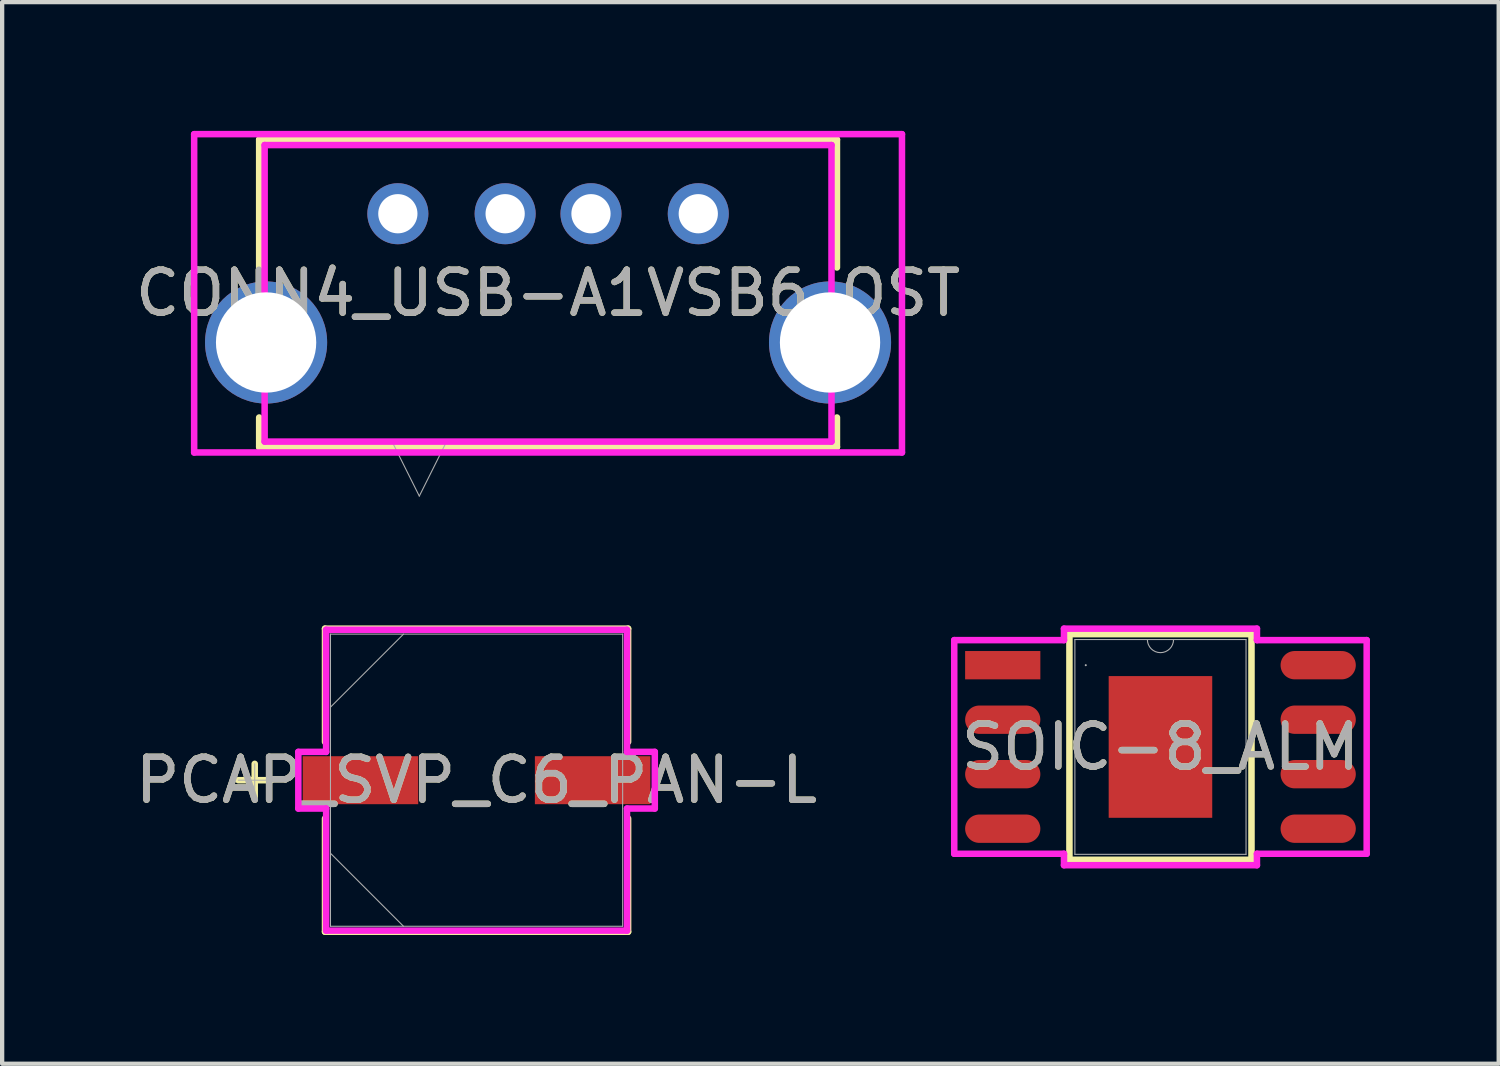
<source format=kicad_pcb>
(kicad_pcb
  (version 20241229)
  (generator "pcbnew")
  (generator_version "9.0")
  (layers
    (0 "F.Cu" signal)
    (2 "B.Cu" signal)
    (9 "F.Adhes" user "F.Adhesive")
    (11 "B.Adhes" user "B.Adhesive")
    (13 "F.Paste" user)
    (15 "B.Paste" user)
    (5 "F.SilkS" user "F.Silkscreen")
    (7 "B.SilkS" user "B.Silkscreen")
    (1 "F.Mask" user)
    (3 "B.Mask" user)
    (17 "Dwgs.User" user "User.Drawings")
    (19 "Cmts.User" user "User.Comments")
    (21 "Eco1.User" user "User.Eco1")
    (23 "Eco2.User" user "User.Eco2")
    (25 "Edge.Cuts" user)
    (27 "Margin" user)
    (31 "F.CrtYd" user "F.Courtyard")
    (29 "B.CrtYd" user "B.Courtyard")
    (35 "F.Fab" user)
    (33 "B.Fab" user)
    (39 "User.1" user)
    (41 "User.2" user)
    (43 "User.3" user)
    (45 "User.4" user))
  (footprint "SOIC-8_ALM"
    (layer "F.Cu")
    (at 23.989 14.354)
    (property "Reference" "SOIC-8_ALM" (at 0 0 0) (unlocked yes) (layer "F.SilkS") (effects (font (size 1 1) (thickness 0.15))))
    (attr smd)
    (fp_line (start -2.121 -2.629) (end -2.121 2.629) (stroke (width 0.152) (type solid)) (layer "F.SilkS"))
    (fp_line (start -2.121 2.629) (end 2.121 2.629) (stroke (width 0.152) (type solid)) (layer "F.SilkS"))
    (fp_line (start 2.121 -2.629) (end -2.121 -2.629) (stroke (width 0.152) (type solid)) (layer "F.SilkS"))
    (fp_line (start 2.121 2.629) (end 2.121 -2.629) (stroke (width 0.152) (type solid)) (layer "F.SilkS"))
    (fp_poly (pts (xy -1.107 -1.551) (xy -1.107 -0.1) (xy 1.107 -0.1) (xy 1.107 -1.551)) (stroke (width 0) (type solid)) (fill yes) (layer "F.Paste"))
    (fp_poly (pts (xy -1.107 0.1) (xy -1.107 1.551) (xy 1.107 1.551) (xy 1.107 0.1)) (stroke (width 0) (type solid)) (fill yes) (layer "F.Paste"))
    (fp_line (start -4.805 -2.489) (end -2.248 -2.489) (stroke (width 0.152) (type solid)) (layer "F.CrtYd"))
    (fp_line (start -4.805 2.489) (end -4.805 -2.489) (stroke (width 0.152) (type solid)) (layer "F.CrtYd"))
    (fp_line (start -4.805 2.489) (end -2.248 2.489) (stroke (width 0.152) (type solid)) (layer "F.CrtYd"))
    (fp_line (start -2.248 -2.756) (end 2.248 -2.756) (stroke (width 0.152) (type solid)) (layer "F.CrtYd"))
    (fp_line (start -2.248 -2.489) (end -2.248 -2.756) (stroke (width 0.152) (type solid)) (layer "F.CrtYd"))
    (fp_line (start -2.248 2.756) (end -2.248 2.489) (stroke (width 0.152) (type solid)) (layer "F.CrtYd"))
    (fp_line (start 2.248 -2.756) (end 2.248 -2.489) (stroke (width 0.152) (type solid)) (layer "F.CrtYd"))
    (fp_line (start 2.248 2.489) (end 2.248 2.756) (stroke (width 0.152) (type solid)) (layer "F.CrtYd"))
    (fp_line (start 2.248 2.756) (end -2.248 2.756) (stroke (width 0.152) (type solid)) (layer "F.CrtYd"))
    (fp_line (start 4.805 -2.489) (end 2.248 -2.489) (stroke (width 0.152) (type solid)) (layer "F.CrtYd"))
    (fp_line (start 4.805 -2.489) (end 4.805 2.489) (stroke (width 0.152) (type solid)) (layer "F.CrtYd"))
    (fp_line (start 4.805 2.489) (end 2.248 2.489) (stroke (width 0.152) (type solid)) (layer "F.CrtYd"))
    (fp_line (start -1.994 -2.502) (end -1.994 2.502) (stroke (width 0.025) (type solid)) (layer "F.Fab"))
    (fp_line (start -1.994 2.502) (end 1.994 2.502) (stroke (width 0.025) (type solid)) (layer "F.Fab"))
    (fp_line (start 1.994 -2.502) (end -1.994 -2.502) (stroke (width 0.025) (type solid)) (layer "F.Fab"))
    (fp_line (start 1.994 2.502) (end 1.994 -2.502) (stroke (width 0.025) (type solid)) (layer "F.Fab"))
    (fp_arc (start 0.3048 -2.5019) (mid 0 -2.1971) (end -0.3048 -2.5019) (stroke (width 0.0254) (type solid)) (layer "F.Fab"))
    (fp_circle (center -1.74 -1.905) (end -1.74 -1.905) (stroke (width 0.025) (type solid)) (fill no) (layer "F.Fab"))
    (fp_text user "${REFERENCE}" (at 0 0 0) (unlocked yes) (layer "F.Fab") (effects (font (size 1 1) (thickness 0.15))))
    (pad "1" smd rect (at -3.675 -1.905) (size 1.753 0.66) (layers "F.Cu" "F.Mask" "F.Paste"))
    (pad "2" smd oval (at -3.675 -0.635) (size 1.753 0.66) (layers "F.Cu" "F.Mask" "F.Paste"))
    (pad "3" smd oval (at -3.675 0.635) (size 1.753 0.66) (layers "F.Cu" "F.Mask" "F.Paste"))
    (pad "4" smd oval (at -3.675 1.905) (size 1.753 0.66) (layers "F.Cu" "F.Mask" "F.Paste"))
    (pad "5" smd oval (at 3.675 1.905) (size 1.753 0.66) (layers "F.Cu" "F.Mask" "F.Paste"))
    (pad "6" smd oval (at 3.675 0.635) (size 1.753 0.66) (layers "F.Cu" "F.Mask" "F.Paste"))
    (pad "7" smd oval (at 3.675 -0.635) (size 1.753 0.66) (layers "F.Cu" "F.Mask" "F.Paste"))
    (pad "8" smd oval (at 3.675 -1.905) (size 1.753 0.66) (layers "F.Cu" "F.Mask" "F.Paste"))
    (pad "9" smd rect (at 0 0) (size 2.413 3.302) (layers "F.Cu" "F.Mask")))
  (footprint "CONN4_USB-A1VSB6_OST"
    (layer "F.Cu")
    (at 6.22 1.93)
    (property "Reference" "CONN4_USB-A1VSB6_OST" (at 3.5 1.85 0) (unlocked yes) (layer "F.SilkS") (effects (font (size 1 1) (thickness 0.15))))
    (attr through_hole)
    (fp_line (start -3.231 -1.727) (end -3.231 1.252) (stroke (width 0.152) (type solid)) (layer "F.SilkS"))
    (fp_line (start -3.231 4.748) (end -3.231 5.436) (stroke (width 0.152) (type solid)) (layer "F.SilkS"))
    (fp_line (start -3.231 5.436) (end 10.231 5.436) (stroke (width 0.152) (type solid)) (layer "F.SilkS"))
    (fp_line (start 10.231 -1.727) (end -3.231 -1.727) (stroke (width 0.152) (type solid)) (layer "F.SilkS"))
    (fp_line (start 10.231 1.252) (end 10.231 -1.727) (stroke (width 0.152) (type solid)) (layer "F.SilkS"))
    (fp_line (start 10.231 5.436) (end 10.231 4.748) (stroke (width 0.152) (type solid)) (layer "F.SilkS"))
    (fp_line (start -4.746 -1.854) (end -4.746 5.563) (stroke (width 0.152) (type solid)) (layer "F.CrtYd"))
    (fp_line (start -4.746 5.563) (end 11.746 5.563) (stroke (width 0.152) (type solid)) (layer "F.CrtYd"))
    (fp_line (start -3.104 -1.6) (end -3.104 5.309) (stroke (width 0.152) (type solid)) (layer "F.CrtYd"))
    (fp_line (start -3.104 5.309) (end 10.104 5.309) (stroke (width 0.152) (type solid)) (layer "F.CrtYd"))
    (fp_line (start 10.104 -1.6) (end -3.104 -1.6) (stroke (width 0.152) (type solid)) (layer "F.CrtYd"))
    (fp_line (start 10.104 -1.6) (end 10.104 5.309) (stroke (width 0.152) (type solid)) (layer "F.CrtYd"))
    (fp_line (start 11.746 -1.854) (end -4.746 -1.854) (stroke (width 0.152) (type solid)) (layer "F.CrtYd"))
    (fp_line (start 11.746 -1.854) (end 11.746 5.563) (stroke (width 0.152) (type solid)) (layer "F.CrtYd"))
    (fp_line (start -3.104 -1.6) (end -3.104 5.309) (stroke (width 0.025) (type solid)) (layer "F.Fab"))
    (fp_line (start -3.104 5.309) (end 10.104 5.309) (stroke (width 0.025) (type solid)) (layer "F.Fab"))
    (fp_line (start -0.135 5.309) (end 0.5 6.579) (stroke (width 0.025) (type solid)) (layer "F.Fab"))
    (fp_line (start 1.135 5.309) (end 0.5 6.579) (stroke (width 0.025) (type solid)) (layer "F.Fab"))
    (fp_line (start 10.104 -1.6) (end -3.104 -1.6) (stroke (width 0.025) (type solid)) (layer "F.Fab"))
    (fp_line (start 10.104 5.309) (end 10.104 -1.6) (stroke (width 0.025) (type solid)) (layer "F.Fab"))
    (fp_text user "${REFERENCE}" (at 3.5 1.85 0) (unlocked yes) (layer "F.Fab") (effects (font (size 1 1) (thickness 0.15))))
    (pad "1" thru_hole circle (at 0 0) (size 1.422 1.422) (drill 0.914) (layers "*.Cu" "*.Mask"))
    (pad "2" thru_hole circle (at 2.5 0) (size 1.422 1.422) (drill 0.914) (layers "*.Cu" "*.Mask"))
    (pad "3" thru_hole circle (at 4.5 0) (size 1.422 1.422) (drill 0.914) (layers "*.Cu" "*.Mask"))
    (pad "4" thru_hole circle (at 7 0) (size 1.422 1.422) (drill 0.914) (layers "*.Cu" "*.Mask"))
    (pad "6" thru_hole circle (at -3.07 3 90) (size 2.845 2.845) (drill 2.337) (layers "*.Cu" "*.Mask"))
    (pad "7" thru_hole circle (at 10.07 3 90) (size 2.845 2.845) (drill 2.337) (layers "*.Cu" "*.Mask")))
  (footprint "PCAP_SVP_C6_PAN-L"
    (layer "F.Cu")
    (at 8.054 15.129)
    (property "Reference" "PCAP_SVP_C6_PAN-L" (at 0 0 0) (unlocked yes) (layer "F.SilkS") (effects (font (size 1 1) (thickness 0.15))))
    (attr smd)
    (fp_line (start -5.169 -0.381) (end -5.169 0.381) (stroke (width 0.152) (type solid)) (layer "F.SilkS"))
    (fp_line (start -4.788 0) (end -5.55 0) (stroke (width 0.152) (type solid)) (layer "F.SilkS"))
    (fp_line (start -3.531 -3.531) (end -3.531 -0.892) (stroke (width 0.152) (type solid)) (layer "F.SilkS"))
    (fp_line (start -3.531 0.892) (end -3.531 3.531) (stroke (width 0.152) (type solid)) (layer "F.SilkS"))
    (fp_line (start -3.531 3.531) (end 3.531 3.531) (stroke (width 0.152) (type solid)) (layer "F.SilkS"))
    (fp_line (start 3.531 -3.531) (end -3.531 -3.531) (stroke (width 0.152) (type solid)) (layer "F.SilkS"))
    (fp_line (start 3.531 -0.892) (end 3.531 -3.531) (stroke (width 0.152) (type solid)) (layer "F.SilkS"))
    (fp_line (start 3.531 3.531) (end 3.531 0.892) (stroke (width 0.152) (type solid)) (layer "F.SilkS"))
    (fp_line (start -4.153 -0.66) (end -3.505 -0.66) (stroke (width 0.152) (type solid)) (layer "F.CrtYd"))
    (fp_line (start -4.153 0.66) (end -4.153 -0.66) (stroke (width 0.152) (type solid)) (layer "F.CrtYd"))
    (fp_line (start -3.505 -3.505) (end 3.505 -3.505) (stroke (width 0.152) (type solid)) (layer "F.CrtYd"))
    (fp_line (start -3.505 -0.66) (end -3.505 -3.505) (stroke (width 0.152) (type solid)) (layer "F.CrtYd"))
    (fp_line (start -3.505 0.66) (end -4.153 0.66) (stroke (width 0.152) (type solid)) (layer "F.CrtYd"))
    (fp_line (start -3.505 3.505) (end -3.505 0.66) (stroke (width 0.152) (type solid)) (layer "F.CrtYd"))
    (fp_line (start 3.505 -3.505) (end 3.505 -0.66) (stroke (width 0.152) (type solid)) (layer "F.CrtYd"))
    (fp_line (start 3.505 -0.66) (end 4.153 -0.66) (stroke (width 0.152) (type solid)) (layer "F.CrtYd"))
    (fp_line (start 3.505 0.66) (end 3.505 3.505) (stroke (width 0.152) (type solid)) (layer "F.CrtYd"))
    (fp_line (start 3.505 3.505) (end -3.505 3.505) (stroke (width 0.152) (type solid)) (layer "F.CrtYd"))
    (fp_line (start 4.153 -0.66) (end 4.153 0.66) (stroke (width 0.152) (type solid)) (layer "F.CrtYd"))
    (fp_line (start 4.153 0.66) (end 3.505 0.66) (stroke (width 0.152) (type solid)) (layer "F.CrtYd"))
    (fp_line (start -5.169 -0.381) (end -5.169 0.381) (stroke (width 0.025) (type solid)) (layer "F.Fab"))
    (fp_line (start -4.788 0) (end -5.55 0) (stroke (width 0.025) (type solid)) (layer "F.Fab"))
    (fp_line (start -3.404 -3.404) (end -3.404 3.404) (stroke (width 0.025) (type solid)) (layer "F.Fab"))
    (fp_line (start -3.404 -1.702) (end -1.702 -3.404) (stroke (width 0.025) (type solid)) (layer "F.Fab"))
    (fp_line (start -3.404 1.702) (end -1.702 3.404) (stroke (width 0.025) (type solid)) (layer "F.Fab"))
    (fp_line (start -3.404 3.404) (end 3.404 3.404) (stroke (width 0.025) (type solid)) (layer "F.Fab"))
    (fp_line (start 3.404 -3.404) (end -3.404 -3.404) (stroke (width 0.025) (type solid)) (layer "F.Fab"))
    (fp_line (start 3.404 3.404) (end 3.404 -3.404) (stroke (width 0.025) (type solid)) (layer "F.Fab"))
    (fp_text user "${REFERENCE}" (at 0 0 0) (unlocked yes) (layer "F.Fab") (effects (font (size 1 1) (thickness 0.15))))
    (pad "1" smd rect (at -2.705 0) (size 2.692 1.118) (layers "F.Cu" "F.Mask" "F.Paste"))
    (pad "2" smd rect (at 2.705 0) (size 2.692 1.118) (layers "F.Cu" "F.Mask" "F.Paste"))
    (zone (net_name "") (layer "F.Cu") (hatch full 0.508) (connect_pads) (min_thickness 0.254) (filled_areas_thickness no) (keepout (tracks not_allowed) (vias not_allowed) (pads allowed) (copperpour not_allowed) (footprints allowed)) (placement (enabled no)) (fill) (polygon (pts (xy 4.701 11.776) (xy 11.406 11.776) (xy 11.406 14.519) (xy 4.701 14.519))))
    (zone (net_name "") (layer "F.Cu") (hatch full 0.508) (connect_pads) (min_thickness 0.254) (filled_areas_thickness no) (keepout (tracks not_allowed) (vias not_allowed) (pads allowed) (copperpour not_allowed) (footprints allowed)) (placement (enabled no)) (fill) (polygon (pts (xy 4.701 15.738) (xy 11.406 15.738) (xy 11.406 18.481) (xy 4.701 18.481))))
    (zone (net_name "") (layer "F.Cu") (hatch full 0.508) (connect_pads) (min_thickness 0.254) (filled_areas_thickness no) (keepout (tracks not_allowed) (vias not_allowed) (pads allowed) (copperpour not_allowed) (footprints allowed)) (placement (enabled no)) (fill) (polygon (pts (xy 6.745 14.519) (xy 9.362 14.519) (xy 9.362 15.738) (xy 6.745 15.738)))))
  (gr_rect
    (start -3 -3)
    (end 31.87 21.735)
    (stroke (width 0.1) (type default))
    (fill no)
    (layer "Edge.Cuts")))
</source>
